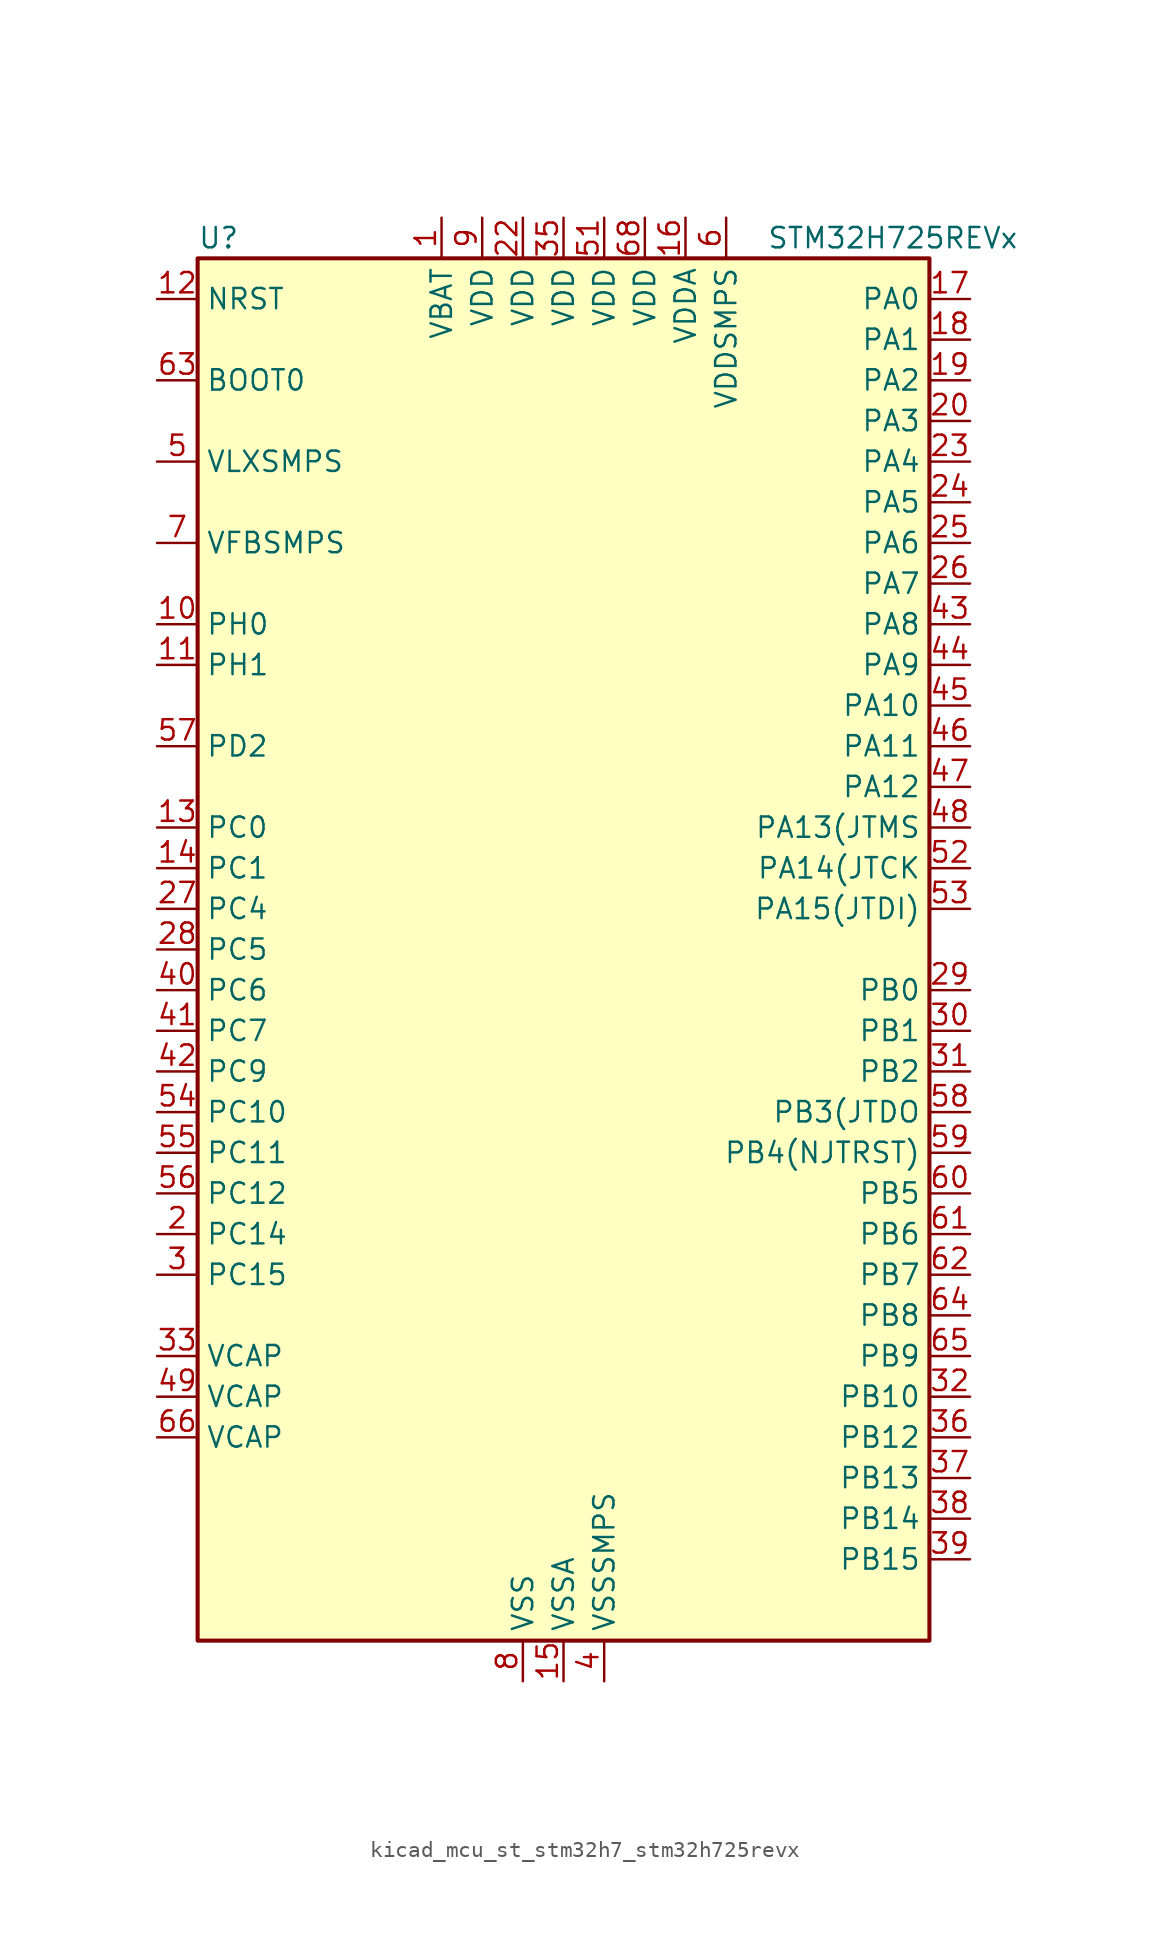
<source format=kicad_sym>
(kicad_symbol_lib
  (version 20220914)
  (generator kicad_symbol_editor)
  (symbol "kicad_mcu_st_stm32h7_stm32h725revx"
    (property "Reference" "U"
      (at -22.86 44.45 0)
      (effects (font (size 1.27 1.27)) (justify left)))
    (property "Value" "STM32H725REVx"
      (at 12.7 44.45 0)
      (effects (font (size 1.27 1.27)) (justify left)))
    (property "ki_locked" ""
      (at 0 0 0)
      (effects (font (size 1.27 1.27))))
    (symbol "kicad_mcu_st_stm32h7_stm32h725revx_0_1"
      (rectangle (start -22.86 -43.18) (end 22.86 43.18) (stroke (width 0.254) (type default)) (fill (type background))))
    (symbol "kicad_mcu_st_stm32h7_stm32h725revx_1_1"
      (pin power_in line (at -7.62 45.72 270) (length 2.54) (name "VBAT" (effects (font (size 1.27 1.27)))) (number "1" (effects (font (size 1.27 1.27)))))
      (pin bidirectional line (at -25.4 20.32 0) (length 2.54) (name "PH0" (effects (font (size 1.27 1.27)))) (number "10" (effects (font (size 1.27 1.27)))) (alternate "RCC_OSC_IN" bidirectional line))
      (pin bidirectional line (at -25.4 17.78 0) (length 2.54) (name "PH1" (effects (font (size 1.27 1.27)))) (number "11" (effects (font (size 1.27 1.27)))) (alternate "RCC_OSC_OUT" bidirectional line))
      (pin input line (at -25.4 40.64 0) (length 2.54) (name "NRST" (effects (font (size 1.27 1.27)))) (number "12" (effects (font (size 1.27 1.27)))))
      (pin bidirectional line (at -25.4 7.62 0) (length 2.54) (name "PC0" (effects (font (size 1.27 1.27)))) (number "13" (effects (font (size 1.27 1.27)))) (alternate "ADC1_INP10" bidirectional line) (alternate "ADC2_INP10" bidirectional line) (alternate "ADC3_INP10" bidirectional line) (alternate "DFSDM1_CKIN0" bidirectional line) (alternate "DFSDM1_DATIN4" bidirectional line) (alternate "LTDC_G2" bidirectional line) (alternate "LTDC_R5" bidirectional line) (alternate "SAI4_FS_B" bidirectional line) (alternate "USB_OTG_HS_ULPI_STP" bidirectional line))
      (pin bidirectional line (at -25.4 5.08 0) (length 2.54) (name "PC1" (effects (font (size 1.27 1.27)))) (number "14" (effects (font (size 1.27 1.27)))) (alternate "ADC1_INN10" bidirectional line) (alternate "ADC1_INP11" bidirectional line) (alternate "ADC2_INN10" bidirectional line) (alternate "ADC2_INP11" bidirectional line) (alternate "ADC3_INN10" bidirectional line) (alternate "ADC3_INP11" bidirectional line) (alternate "DEBUG_TRACED0" bidirectional line) (alternate "DFSDM1_CKIN4" bidirectional line) (alternate "DFSDM1_DATIN0" bidirectional line) (alternate "I2S2_SDO" bidirectional line) (alternate "LTDC_G5" bidirectional line) (alternate "MDIOS_MDC" bidirectional line) (alternate "OCTOSPIM_P1_IO4" bidirectional line) (alternate "PWR_WKUP6" bidirectional line) (alternate "RTC_TAMP3" bidirectional line) (alternate "SAI4_D1" bidirectional line) (alternate "SAI4_SD_A" bidirectional line) (alternate "SDMMC2_CK" bidirectional line) (alternate "SPI2_MOSI" bidirectional line))
      (pin power_in line (at 0 -45.72 90) (length 2.54) (name "VSSA" (effects (font (size 1.27 1.27)))) (number "15" (effects (font (size 1.27 1.27)))))
      (pin power_in line (at 7.62 45.72 270) (length 2.54) (name "VDDA" (effects (font (size 1.27 1.27)))) (number "16" (effects (font (size 1.27 1.27)))))
      (pin bidirectional line (at 25.4 40.64 180) (length 2.54) (name "PA0" (effects (font (size 1.27 1.27)))) (number "17" (effects (font (size 1.27 1.27)))) (alternate "ADC1_INP16" bidirectional line) (alternate "I2S6_WS" bidirectional line) (alternate "PWR_WKUP1" bidirectional line) (alternate "SAI4_SD_B" bidirectional line) (alternate "SDMMC2_CMD" bidirectional line) (alternate "SPI6_NSS" bidirectional line) (alternate "TIM15_BKIN" bidirectional line) (alternate "TIM2_CH1" bidirectional line) (alternate "TIM2_ETR" bidirectional line) (alternate "TIM5_CH1" bidirectional line) (alternate "TIM8_ETR" bidirectional line) (alternate "UART4_TX" bidirectional line) (alternate "USART2_CTS" bidirectional line) (alternate "USART2_NSS" bidirectional line))
      (pin bidirectional line (at 25.4 38.1 180) (length 2.54) (name "PA1" (effects (font (size 1.27 1.27)))) (number "18" (effects (font (size 1.27 1.27)))) (alternate "ADC1_INN16" bidirectional line) (alternate "ADC1_INP17" bidirectional line) (alternate "LPTIM3_OUT" bidirectional line) (alternate "LTDC_R2" bidirectional line) (alternate "OCTOSPIM_P1_DQS" bidirectional line) (alternate "OCTOSPIM_P1_IO3" bidirectional line) (alternate "SAI4_MCLK_B" bidirectional line) (alternate "TIM15_CH1N" bidirectional line) (alternate "TIM2_CH2" bidirectional line) (alternate "TIM5_CH2" bidirectional line) (alternate "UART4_RX" bidirectional line) (alternate "USART2_DE" bidirectional line) (alternate "USART2_RTS" bidirectional line))
      (pin bidirectional line (at 25.4 35.56 180) (length 2.54) (name "PA2" (effects (font (size 1.27 1.27)))) (number "19" (effects (font (size 1.27 1.27)))) (alternate "ADC1_INP14" bidirectional line) (alternate "ADC2_INP14" bidirectional line) (alternate "LPTIM4_OUT" bidirectional line) (alternate "LTDC_R1" bidirectional line) (alternate "MDIOS_MDIO" bidirectional line) (alternate "OCTOSPIM_P1_IO0" bidirectional line) (alternate "PWR_WKUP2" bidirectional line) (alternate "SAI4_SCK_B" bidirectional line) (alternate "TIM15_CH1" bidirectional line) (alternate "TIM2_CH3" bidirectional line) (alternate "TIM5_CH3" bidirectional line) (alternate "USART2_TX" bidirectional line))
      (pin bidirectional line (at -25.4 -17.78 0) (length 2.54) (name "PC14" (effects (font (size 1.27 1.27)))) (number "2" (effects (font (size 1.27 1.27)))) (alternate "RCC_OSC32_IN" bidirectional line))
      (pin bidirectional line (at 25.4 33.02 180) (length 2.54) (name "PA3" (effects (font (size 1.27 1.27)))) (number "20" (effects (font (size 1.27 1.27)))) (alternate "ADC1_INP15" bidirectional line) (alternate "ADC2_INP15" bidirectional line) (alternate "I2S6_MCK" bidirectional line) (alternate "LPTIM5_OUT" bidirectional line) (alternate "LTDC_B2" bidirectional line) (alternate "LTDC_B5" bidirectional line) (alternate "OCTOSPIM_P1_CLK" bidirectional line) (alternate "OCTOSPIM_P1_IO2" bidirectional line) (alternate "TIM15_CH2" bidirectional line) (alternate "TIM2_CH4" bidirectional line) (alternate "TIM5_CH4" bidirectional line) (alternate "USART2_RX" bidirectional line) (alternate "USB_OTG_HS_ULPI_D0" bidirectional line))
      (pin passive line (at -2.54 -45.72 90) (length 2.54) hide (name "VSS" (effects (font (size 1.27 1.27)))) (number "21" (effects (font (size 1.27 1.27)))))
      (pin power_in line (at -2.54 45.72 270) (length 2.54) (name "VDD" (effects (font (size 1.27 1.27)))) (number "22" (effects (font (size 1.27 1.27)))))
      (pin bidirectional line (at 25.4 30.48 180) (length 2.54) (name "PA4" (effects (font (size 1.27 1.27)))) (number "23" (effects (font (size 1.27 1.27)))) (alternate "ADC1_INP18" bidirectional line) (alternate "ADC2_INP18" bidirectional line) (alternate "DAC1_OUT1" bidirectional line) (alternate "DCMI_HSYNC" bidirectional line) (alternate "I2S1_WS" bidirectional line) (alternate "I2S3_WS" bidirectional line) (alternate "I2S6_WS" bidirectional line) (alternate "LTDC_VSYNC" bidirectional line) (alternate "PSSI_DE" bidirectional line) (alternate "SPI1_NSS" bidirectional line) (alternate "SPI3_NSS" bidirectional line) (alternate "SPI6_NSS" bidirectional line) (alternate "TIM5_ETR" bidirectional line) (alternate "USART2_CK" bidirectional line))
      (pin bidirectional line (at 25.4 27.94 180) (length 2.54) (name "PA5" (effects (font (size 1.27 1.27)))) (number "24" (effects (font (size 1.27 1.27)))) (alternate "ADC1_INN18" bidirectional line) (alternate "ADC1_INP19" bidirectional line) (alternate "ADC2_INN18" bidirectional line) (alternate "ADC2_INP19" bidirectional line) (alternate "DAC1_OUT2" bidirectional line) (alternate "I2S1_CK" bidirectional line) (alternate "I2S6_CK" bidirectional line) (alternate "LTDC_R4" bidirectional line) (alternate "PSSI_D14" bidirectional line) (alternate "PWR_NDSTOP2" bidirectional line) (alternate "SPI1_SCK" bidirectional line) (alternate "SPI6_SCK" bidirectional line) (alternate "TIM2_CH1" bidirectional line) (alternate "TIM2_ETR" bidirectional line) (alternate "TIM8_CH1N" bidirectional line) (alternate "USB_OTG_HS_ULPI_CK" bidirectional line))
      (pin bidirectional line (at 25.4 25.4 180) (length 2.54) (name "PA6" (effects (font (size 1.27 1.27)))) (number "25" (effects (font (size 1.27 1.27)))) (alternate "ADC1_INP3" bidirectional line) (alternate "ADC2_INP3" bidirectional line) (alternate "DCMI_PIXCLK" bidirectional line) (alternate "I2S1_SDI" bidirectional line) (alternate "I2S6_SDI" bidirectional line) (alternate "LTDC_G2" bidirectional line) (alternate "MDIOS_MDC" bidirectional line) (alternate "OCTOSPIM_P1_IO3" bidirectional line) (alternate "PSSI_PDCK" bidirectional line) (alternate "SPI1_MISO" bidirectional line) (alternate "SPI6_MISO" bidirectional line) (alternate "TIM13_CH1" bidirectional line) (alternate "TIM1_BKIN" bidirectional line) (alternate "TIM1_BKIN_COMP1" bidirectional line) (alternate "TIM1_BKIN_COMP2" bidirectional line) (alternate "TIM3_CH1" bidirectional line) (alternate "TIM8_BKIN" bidirectional line) (alternate "TIM8_BKIN_COMP1" bidirectional line) (alternate "TIM8_BKIN_COMP2" bidirectional line))
      (pin bidirectional line (at 25.4 22.86 180) (length 2.54) (name "PA7" (effects (font (size 1.27 1.27)))) (number "26" (effects (font (size 1.27 1.27)))) (alternate "ADC1_INN3" bidirectional line) (alternate "ADC1_INP7" bidirectional line) (alternate "ADC2_INN3" bidirectional line) (alternate "ADC2_INP7" bidirectional line) (alternate "I2S1_SDO" bidirectional line) (alternate "I2S6_SDO" bidirectional line) (alternate "LTDC_VSYNC" bidirectional line) (alternate "OCTOSPIM_P1_IO2" bidirectional line) (alternate "OPAMP1_VINM" bidirectional line) (alternate "SPI1_MOSI" bidirectional line) (alternate "SPI6_MOSI" bidirectional line) (alternate "TIM14_CH1" bidirectional line) (alternate "TIM1_CH1N" bidirectional line) (alternate "TIM3_CH2" bidirectional line) (alternate "TIM8_CH1N" bidirectional line))
      (pin bidirectional line (at -25.4 2.54 0) (length 2.54) (name "PC4" (effects (font (size 1.27 1.27)))) (number "27" (effects (font (size 1.27 1.27)))) (alternate "ADC1_INP4" bidirectional line) (alternate "ADC2_INP4" bidirectional line) (alternate "COMP1_INM" bidirectional line) (alternate "DFSDM1_CKIN2" bidirectional line) (alternate "I2S1_MCK" bidirectional line) (alternate "LTDC_R7" bidirectional line) (alternate "OPAMP1_VOUT" bidirectional line) (alternate "SDMMC2_CKIN" bidirectional line) (alternate "SPDIFRX1_IN2" bidirectional line))
      (pin bidirectional line (at -25.4 0 0) (length 2.54) (name "PC5" (effects (font (size 1.27 1.27)))) (number "28" (effects (font (size 1.27 1.27)))) (alternate "ADC1_INN4" bidirectional line) (alternate "ADC1_INP8" bidirectional line) (alternate "ADC2_INN4" bidirectional line) (alternate "ADC2_INP8" bidirectional line) (alternate "COMP1_OUT" bidirectional line) (alternate "DFSDM1_DATIN2" bidirectional line) (alternate "LTDC_DE" bidirectional line) (alternate "OCTOSPIM_P1_DQS" bidirectional line) (alternate "OPAMP1_VINM" bidirectional line) (alternate "PSSI_D15" bidirectional line) (alternate "SAI4_D3" bidirectional line) (alternate "SPDIFRX1_IN3" bidirectional line))
      (pin bidirectional line (at 25.4 -2.54 180) (length 2.54) (name "PB0" (effects (font (size 1.27 1.27)))) (number "29" (effects (font (size 1.27 1.27)))) (alternate "ADC1_INN5" bidirectional line) (alternate "ADC1_INP9" bidirectional line) (alternate "ADC2_INN5" bidirectional line) (alternate "ADC2_INP9" bidirectional line) (alternate "COMP1_INP" bidirectional line) (alternate "DFSDM1_CKOUT" bidirectional line) (alternate "LTDC_G1" bidirectional line) (alternate "LTDC_R3" bidirectional line) (alternate "OCTOSPIM_P1_IO1" bidirectional line) (alternate "OPAMP1_VINP" bidirectional line) (alternate "TIM1_CH2N" bidirectional line) (alternate "TIM3_CH3" bidirectional line) (alternate "TIM8_CH2N" bidirectional line) (alternate "UART4_CTS" bidirectional line) (alternate "USB_OTG_HS_ULPI_D1" bidirectional line))
      (pin bidirectional line (at -25.4 -20.32 0) (length 2.54) (name "PC15" (effects (font (size 1.27 1.27)))) (number "3" (effects (font (size 1.27 1.27)))) (alternate "ADC1_EXTI15" bidirectional line) (alternate "ADC2_EXTI15" bidirectional line) (alternate "ADC3_EXTI15" bidirectional line) (alternate "RCC_OSC32_OUT" bidirectional line))
      (pin bidirectional line (at 25.4 -5.08 180) (length 2.54) (name "PB1" (effects (font (size 1.27 1.27)))) (number "30" (effects (font (size 1.27 1.27)))) (alternate "ADC1_INP5" bidirectional line) (alternate "ADC2_INP5" bidirectional line) (alternate "COMP1_INM" bidirectional line) (alternate "DFSDM1_DATIN1" bidirectional line) (alternate "LTDC_G0" bidirectional line) (alternate "LTDC_R6" bidirectional line) (alternate "OCTOSPIM_P1_IO0" bidirectional line) (alternate "TIM1_CH3N" bidirectional line) (alternate "TIM3_CH4" bidirectional line) (alternate "TIM8_CH3N" bidirectional line) (alternate "USB_OTG_HS_ULPI_D2" bidirectional line))
      (pin bidirectional line (at 25.4 -7.62 180) (length 2.54) (name "PB2" (effects (font (size 1.27 1.27)))) (number "31" (effects (font (size 1.27 1.27)))) (alternate "COMP1_INP" bidirectional line) (alternate "DFSDM1_CKIN1" bidirectional line) (alternate "I2S3_SDO" bidirectional line) (alternate "OCTOSPIM_P1_CLK" bidirectional line) (alternate "OCTOSPIM_P1_DQS" bidirectional line) (alternate "RTC_OUT_ALARM" bidirectional line) (alternate "RTC_OUT_CALIB" bidirectional line) (alternate "SAI4_D1" bidirectional line) (alternate "SAI4_SD_A" bidirectional line) (alternate "SPI3_MOSI" bidirectional line) (alternate "TIM23_ETR" bidirectional line))
      (pin bidirectional line (at 25.4 -27.94 180) (length 2.54) (name "PB10" (effects (font (size 1.27 1.27)))) (number "32" (effects (font (size 1.27 1.27)))) (alternate "DFSDM1_DATIN7" bidirectional line) (alternate "I2C2_SCL" bidirectional line) (alternate "I2S2_CK" bidirectional line) (alternate "LPTIM2_IN1" bidirectional line) (alternate "LTDC_G4" bidirectional line) (alternate "OCTOSPIM_P1_NCS" bidirectional line) (alternate "SPI2_SCK" bidirectional line) (alternate "TIM2_CH3" bidirectional line) (alternate "USART3_TX" bidirectional line) (alternate "USB_OTG_HS_ULPI_D3" bidirectional line))
      (pin power_out line (at -25.4 -25.4 0) (length 2.54) (name "VCAP" (effects (font (size 1.27 1.27)))) (number "33" (effects (font (size 1.27 1.27)))))
      (pin passive line (at -2.54 -45.72 90) (length 2.54) hide (name "VSS" (effects (font (size 1.27 1.27)))) (number "34" (effects (font (size 1.27 1.27)))))
      (pin power_in line (at 0 45.72 270) (length 2.54) (name "VDD" (effects (font (size 1.27 1.27)))) (number "35" (effects (font (size 1.27 1.27)))))
      (pin bidirectional line (at 25.4 -30.48 180) (length 2.54) (name "PB12" (effects (font (size 1.27 1.27)))) (number "36" (effects (font (size 1.27 1.27)))) (alternate "DFSDM1_DATIN1" bidirectional line) (alternate "FDCAN2_RX" bidirectional line) (alternate "I2C2_SMBA" bidirectional line) (alternate "I2S2_WS" bidirectional line) (alternate "OCTOSPIM_P1_IO0" bidirectional line) (alternate "OCTOSPIM_P1_NCLK" bidirectional line) (alternate "SPI2_NSS" bidirectional line) (alternate "TIM1_BKIN" bidirectional line) (alternate "TIM1_BKIN_COMP1" bidirectional line) (alternate "TIM1_BKIN_COMP2" bidirectional line) (alternate "UART5_RX" bidirectional line) (alternate "USART3_CK" bidirectional line) (alternate "USB_OTG_HS_ULPI_D5" bidirectional line))
      (pin bidirectional line (at 25.4 -33.02 180) (length 2.54) (name "PB13" (effects (font (size 1.27 1.27)))) (number "37" (effects (font (size 1.27 1.27)))) (alternate "DCMI_D2" bidirectional line) (alternate "DFSDM1_CKIN1" bidirectional line) (alternate "FDCAN2_TX" bidirectional line) (alternate "I2S2_CK" bidirectional line) (alternate "LPTIM2_OUT" bidirectional line) (alternate "OCTOSPIM_P1_IO2" bidirectional line) (alternate "PSSI_D2" bidirectional line) (alternate "SDMMC1_D0" bidirectional line) (alternate "SPI2_SCK" bidirectional line) (alternate "TIM1_CH1N" bidirectional line) (alternate "UART5_TX" bidirectional line) (alternate "USART3_CTS" bidirectional line) (alternate "USART3_NSS" bidirectional line) (alternate "USB_OTG_HS_ULPI_D6" bidirectional line))
      (pin bidirectional line (at 25.4 -35.56 180) (length 2.54) (name "PB14" (effects (font (size 1.27 1.27)))) (number "38" (effects (font (size 1.27 1.27)))) (alternate "DFSDM1_DATIN2" bidirectional line) (alternate "I2S2_SDI" bidirectional line) (alternate "LTDC_CLK" bidirectional line) (alternate "SDMMC2_D0" bidirectional line) (alternate "SPI2_MISO" bidirectional line) (alternate "TIM12_CH1" bidirectional line) (alternate "TIM1_CH2N" bidirectional line) (alternate "TIM8_CH2N" bidirectional line) (alternate "UART4_DE" bidirectional line) (alternate "UART4_RTS" bidirectional line) (alternate "USART1_TX" bidirectional line) (alternate "USART3_DE" bidirectional line) (alternate "USART3_RTS" bidirectional line))
      (pin bidirectional line (at 25.4 -38.1 180) (length 2.54) (name "PB15" (effects (font (size 1.27 1.27)))) (number "39" (effects (font (size 1.27 1.27)))) (alternate "ADC1_EXTI15" bidirectional line) (alternate "ADC2_EXTI15" bidirectional line) (alternate "ADC3_EXTI15" bidirectional line) (alternate "DFSDM1_CKIN2" bidirectional line) (alternate "I2S2_SDO" bidirectional line) (alternate "LTDC_G7" bidirectional line) (alternate "RTC_REFIN" bidirectional line) (alternate "SDMMC2_D1" bidirectional line) (alternate "SPI2_MOSI" bidirectional line) (alternate "TIM12_CH2" bidirectional line) (alternate "TIM1_CH3N" bidirectional line) (alternate "TIM8_CH3N" bidirectional line) (alternate "UART4_CTS" bidirectional line) (alternate "USART1_RX" bidirectional line))
      (pin power_in line (at 2.54 -45.72 90) (length 2.54) (name "VSSSMPS" (effects (font (size 1.27 1.27)))) (number "4" (effects (font (size 1.27 1.27)))))
      (pin bidirectional line (at -25.4 -2.54 0) (length 2.54) (name "PC6" (effects (font (size 1.27 1.27)))) (number "40" (effects (font (size 1.27 1.27)))) (alternate "DCMI_D0" bidirectional line) (alternate "DFSDM1_CKIN3" bidirectional line) (alternate "I2S2_MCK" bidirectional line) (alternate "LTDC_HSYNC" bidirectional line) (alternate "PSSI_D0" bidirectional line) (alternate "SDMMC1_D0DIR" bidirectional line) (alternate "SDMMC1_D6" bidirectional line) (alternate "SDMMC2_D6" bidirectional line) (alternate "SWPMI1_IO" bidirectional line) (alternate "TIM3_CH1" bidirectional line) (alternate "TIM8_CH1" bidirectional line))
      (pin bidirectional line (at -25.4 -5.08 0) (length 2.54) (name "PC7" (effects (font (size 1.27 1.27)))) (number "41" (effects (font (size 1.27 1.27)))) (alternate "DCMI_D1" bidirectional line) (alternate "DEBUG_TRGIO" bidirectional line) (alternate "DFSDM1_DATIN3" bidirectional line) (alternate "I2S3_MCK" bidirectional line) (alternate "LTDC_G6" bidirectional line) (alternate "PSSI_D1" bidirectional line) (alternate "SDMMC1_D123DIR" bidirectional line) (alternate "SDMMC1_D7" bidirectional line) (alternate "SDMMC2_D7" bidirectional line) (alternate "SWPMI1_TX" bidirectional line) (alternate "TIM3_CH2" bidirectional line) (alternate "TIM8_CH2" bidirectional line))
      (pin bidirectional line (at -25.4 -7.62 0) (length 2.54) (name "PC9" (effects (font (size 1.27 1.27)))) (number "42" (effects (font (size 1.27 1.27)))) (alternate "DAC1_EXTI9" bidirectional line) (alternate "DCMI_D3" bidirectional line) (alternate "I2C3_SDA" bidirectional line) (alternate "I2S_CKIN" bidirectional line) (alternate "LTDC_B2" bidirectional line) (alternate "LTDC_G3" bidirectional line) (alternate "OCTOSPIM_P1_IO0" bidirectional line) (alternate "PSSI_D3" bidirectional line) (alternate "RCC_MCO_2" bidirectional line) (alternate "SDMMC1_D1" bidirectional line) (alternate "SWPMI1_SUSPEND" bidirectional line) (alternate "TIM3_CH4" bidirectional line) (alternate "TIM8_CH4" bidirectional line) (alternate "UART5_CTS" bidirectional line))
      (pin bidirectional line (at 25.4 20.32 180) (length 2.54) (name "PA8" (effects (font (size 1.27 1.27)))) (number "43" (effects (font (size 1.27 1.27)))) (alternate "I2C3_SCL" bidirectional line) (alternate "LTDC_B3" bidirectional line) (alternate "LTDC_R6" bidirectional line) (alternate "RCC_MCO_1" bidirectional line) (alternate "TIM1_CH1" bidirectional line) (alternate "TIM8_BKIN2" bidirectional line) (alternate "TIM8_BKIN2_COMP1" bidirectional line) (alternate "TIM8_BKIN2_COMP2" bidirectional line) (alternate "UART7_RX" bidirectional line) (alternate "USART1_CK" bidirectional line) (alternate "USB_OTG_HS_SOF" bidirectional line))
      (pin bidirectional line (at 25.4 17.78 180) (length 2.54) (name "PA9" (effects (font (size 1.27 1.27)))) (number "44" (effects (font (size 1.27 1.27)))) (alternate "DAC1_EXTI9" bidirectional line) (alternate "DCMI_D0" bidirectional line) (alternate "I2C3_SMBA" bidirectional line) (alternate "I2S2_CK" bidirectional line) (alternate "LPUART1_TX" bidirectional line) (alternate "LTDC_R5" bidirectional line) (alternate "PSSI_D0" bidirectional line) (alternate "SPI2_SCK" bidirectional line) (alternate "TIM1_CH2" bidirectional line) (alternate "USART1_TX" bidirectional line) (alternate "USB_OTG_HS_VBUS" bidirectional line))
      (pin bidirectional line (at 25.4 15.24 180) (length 2.54) (name "PA10" (effects (font (size 1.27 1.27)))) (number "45" (effects (font (size 1.27 1.27)))) (alternate "DCMI_D1" bidirectional line) (alternate "LPUART1_RX" bidirectional line) (alternate "LTDC_B1" bidirectional line) (alternate "LTDC_B4" bidirectional line) (alternate "MDIOS_MDIO" bidirectional line) (alternate "PSSI_D1" bidirectional line) (alternate "TIM1_CH3" bidirectional line) (alternate "USART1_RX" bidirectional line) (alternate "USB_OTG_HS_ID" bidirectional line))
      (pin bidirectional line (at 25.4 12.7 180) (length 2.54) (name "PA11" (effects (font (size 1.27 1.27)))) (number "46" (effects (font (size 1.27 1.27)))) (alternate "ADC1_EXTI11" bidirectional line) (alternate "ADC2_EXTI11" bidirectional line) (alternate "ADC3_EXTI11" bidirectional line) (alternate "FDCAN1_RX" bidirectional line) (alternate "I2S2_WS" bidirectional line) (alternate "LPUART1_CTS" bidirectional line) (alternate "LTDC_R4" bidirectional line) (alternate "SPI2_NSS" bidirectional line) (alternate "TIM1_CH4" bidirectional line) (alternate "UART4_RX" bidirectional line) (alternate "USART1_CTS" bidirectional line) (alternate "USART1_NSS" bidirectional line) (alternate "USB_OTG_HS_DM" bidirectional line))
      (pin bidirectional line (at 25.4 10.16 180) (length 2.54) (name "PA12" (effects (font (size 1.27 1.27)))) (number "47" (effects (font (size 1.27 1.27)))) (alternate "FDCAN1_TX" bidirectional line) (alternate "I2S2_CK" bidirectional line) (alternate "LPUART1_DE" bidirectional line) (alternate "LPUART1_RTS" bidirectional line) (alternate "LTDC_R5" bidirectional line) (alternate "SAI4_FS_B" bidirectional line) (alternate "SPI2_SCK" bidirectional line) (alternate "TIM1_BKIN2" bidirectional line) (alternate "TIM1_ETR" bidirectional line) (alternate "UART4_TX" bidirectional line) (alternate "USART1_DE" bidirectional line) (alternate "USART1_RTS" bidirectional line) (alternate "USB_OTG_HS_DP" bidirectional line))
      (pin bidirectional line (at 25.4 7.62 180) (length 2.54) (name "PA13(JTMS" (effects (font (size 1.27 1.27)))) (number "48" (effects (font (size 1.27 1.27)))) (alternate "DEBUG_JTMS-SWDIO" bidirectional line))
      (pin power_out line (at -25.4 -27.94 0) (length 2.54) (name "VCAP" (effects (font (size 1.27 1.27)))) (number "49" (effects (font (size 1.27 1.27)))))
      (pin power_in line (at -25.4 30.48 0) (length 2.54) (name "VLXSMPS" (effects (font (size 1.27 1.27)))) (number "5" (effects (font (size 1.27 1.27)))))
      (pin passive line (at -2.54 -45.72 90) (length 2.54) hide (name "VSS" (effects (font (size 1.27 1.27)))) (number "50" (effects (font (size 1.27 1.27)))))
      (pin power_in line (at 2.54 45.72 270) (length 2.54) (name "VDD" (effects (font (size 1.27 1.27)))) (number "51" (effects (font (size 1.27 1.27)))))
      (pin bidirectional line (at 25.4 5.08 180) (length 2.54) (name "PA14(JTCK" (effects (font (size 1.27 1.27)))) (number "52" (effects (font (size 1.27 1.27)))) (alternate "DEBUG_JTCK-SWCLK" bidirectional line))
      (pin bidirectional line (at 25.4 2.54 180) (length 2.54) (name "PA15(JTDI)" (effects (font (size 1.27 1.27)))) (number "53" (effects (font (size 1.27 1.27)))) (alternate "ADC1_EXTI15" bidirectional line) (alternate "ADC2_EXTI15" bidirectional line) (alternate "ADC3_EXTI15" bidirectional line) (alternate "CEC" bidirectional line) (alternate "DEBUG_JTDI" bidirectional line) (alternate "I2S1_WS" bidirectional line) (alternate "I2S3_WS" bidirectional line) (alternate "I2S6_WS" bidirectional line) (alternate "LTDC_B6" bidirectional line) (alternate "LTDC_R3" bidirectional line) (alternate "SPI1_NSS" bidirectional line) (alternate "SPI3_NSS" bidirectional line) (alternate "SPI6_NSS" bidirectional line) (alternate "TIM2_CH1" bidirectional line) (alternate "TIM2_ETR" bidirectional line) (alternate "UART4_DE" bidirectional line) (alternate "UART4_RTS" bidirectional line) (alternate "UART7_TX" bidirectional line))
      (pin bidirectional line (at -25.4 -10.16 0) (length 2.54) (name "PC10" (effects (font (size 1.27 1.27)))) (number "54" (effects (font (size 1.27 1.27)))) (alternate "DCMI_D8" bidirectional line) (alternate "DFSDM1_CKIN5" bidirectional line) (alternate "I2S3_CK" bidirectional line) (alternate "LTDC_B1" bidirectional line) (alternate "LTDC_R2" bidirectional line) (alternate "OCTOSPIM_P1_IO1" bidirectional line) (alternate "PSSI_D8" bidirectional line) (alternate "SDMMC1_D2" bidirectional line) (alternate "SPI3_SCK" bidirectional line) (alternate "SWPMI1_RX" bidirectional line) (alternate "UART4_TX" bidirectional line) (alternate "USART3_TX" bidirectional line))
      (pin bidirectional line (at -25.4 -12.7 0) (length 2.54) (name "PC11" (effects (font (size 1.27 1.27)))) (number "55" (effects (font (size 1.27 1.27)))) (alternate "ADC1_EXTI11" bidirectional line) (alternate "ADC2_EXTI11" bidirectional line) (alternate "ADC3_EXTI11" bidirectional line) (alternate "DCMI_D4" bidirectional line) (alternate "DFSDM1_DATIN5" bidirectional line) (alternate "I2S3_SDI" bidirectional line) (alternate "LTDC_B4" bidirectional line) (alternate "OCTOSPIM_P1_NCS" bidirectional line) (alternate "PSSI_D4" bidirectional line) (alternate "SDMMC1_D3" bidirectional line) (alternate "SPI3_MISO" bidirectional line) (alternate "UART4_RX" bidirectional line) (alternate "USART3_RX" bidirectional line))
      (pin bidirectional line (at -25.4 -15.24 0) (length 2.54) (name "PC12" (effects (font (size 1.27 1.27)))) (number "56" (effects (font (size 1.27 1.27)))) (alternate "DCMI_D9" bidirectional line) (alternate "DEBUG_TRACED3" bidirectional line) (alternate "I2S3_SDO" bidirectional line) (alternate "I2S6_CK" bidirectional line) (alternate "LTDC_R6" bidirectional line) (alternate "PSSI_D9" bidirectional line) (alternate "SDMMC1_CK" bidirectional line) (alternate "SPI3_MOSI" bidirectional line) (alternate "SPI6_SCK" bidirectional line) (alternate "TIM15_CH1" bidirectional line) (alternate "UART5_TX" bidirectional line) (alternate "USART3_CK" bidirectional line))
      (pin bidirectional line (at -25.4 12.7 0) (length 2.54) (name "PD2" (effects (font (size 1.27 1.27)))) (number "57" (effects (font (size 1.27 1.27)))) (alternate "DCMI_D11" bidirectional line) (alternate "DEBUG_TRACED2" bidirectional line) (alternate "LTDC_B2" bidirectional line) (alternate "LTDC_B7" bidirectional line) (alternate "PSSI_D11" bidirectional line) (alternate "SDMMC1_CMD" bidirectional line) (alternate "TIM15_BKIN" bidirectional line) (alternate "TIM3_ETR" bidirectional line) (alternate "UART5_RX" bidirectional line))
      (pin bidirectional line (at 25.4 -10.16 180) (length 2.54) (name "PB3(JTDO" (effects (font (size 1.27 1.27)))) (number "58" (effects (font (size 1.27 1.27)))) (alternate "CRS_SYNC" bidirectional line) (alternate "DEBUG_JTDO-SWO" bidirectional line) (alternate "I2S1_CK" bidirectional line) (alternate "I2S3_CK" bidirectional line) (alternate "I2S6_CK" bidirectional line) (alternate "SDMMC2_D2" bidirectional line) (alternate "SPI1_SCK" bidirectional line) (alternate "SPI3_SCK" bidirectional line) (alternate "SPI6_SCK" bidirectional line) (alternate "TIM24_ETR" bidirectional line) (alternate "TIM2_CH2" bidirectional line) (alternate "UART7_RX" bidirectional line))
      (pin bidirectional line (at 25.4 -12.7 180) (length 2.54) (name "PB4(NJTRST)" (effects (font (size 1.27 1.27)))) (number "59" (effects (font (size 1.27 1.27)))) (alternate "DEBUG_JTRST" bidirectional line) (alternate "I2S1_SDI" bidirectional line) (alternate "I2S2_WS" bidirectional line) (alternate "I2S3_SDI" bidirectional line) (alternate "I2S6_SDI" bidirectional line) (alternate "SDMMC2_D3" bidirectional line) (alternate "SPI1_MISO" bidirectional line) (alternate "SPI2_NSS" bidirectional line) (alternate "SPI3_MISO" bidirectional line) (alternate "SPI6_MISO" bidirectional line) (alternate "TIM16_BKIN" bidirectional line) (alternate "TIM3_CH1" bidirectional line) (alternate "UART7_TX" bidirectional line))
      (pin power_in line (at 10.16 45.72 270) (length 2.54) (name "VDDSMPS" (effects (font (size 1.27 1.27)))) (number "6" (effects (font (size 1.27 1.27)))))
      (pin bidirectional line (at 25.4 -15.24 180) (length 2.54) (name "PB5" (effects (font (size 1.27 1.27)))) (number "60" (effects (font (size 1.27 1.27)))) (alternate "DCMI_D10" bidirectional line) (alternate "FDCAN2_RX" bidirectional line) (alternate "I2C1_SMBA" bidirectional line) (alternate "I2C4_SMBA" bidirectional line) (alternate "I2S1_SDO" bidirectional line) (alternate "I2S3_SDO" bidirectional line) (alternate "I2S6_SDO" bidirectional line) (alternate "LTDC_B5" bidirectional line) (alternate "PSSI_D10" bidirectional line) (alternate "SPI1_MOSI" bidirectional line) (alternate "SPI3_MOSI" bidirectional line) (alternate "SPI6_MOSI" bidirectional line) (alternate "TIM17_BKIN" bidirectional line) (alternate "TIM3_CH2" bidirectional line) (alternate "UART5_RX" bidirectional line) (alternate "USB_OTG_HS_ULPI_D7" bidirectional line))
      (pin bidirectional line (at 25.4 -17.78 180) (length 2.54) (name "PB6" (effects (font (size 1.27 1.27)))) (number "61" (effects (font (size 1.27 1.27)))) (alternate "CEC" bidirectional line) (alternate "DCMI_D5" bidirectional line) (alternate "DFSDM1_DATIN5" bidirectional line) (alternate "FDCAN2_TX" bidirectional line) (alternate "I2C1_SCL" bidirectional line) (alternate "I2C4_SCL" bidirectional line) (alternate "LPUART1_TX" bidirectional line) (alternate "OCTOSPIM_P1_NCS" bidirectional line) (alternate "PSSI_D5" bidirectional line) (alternate "TIM16_CH1N" bidirectional line) (alternate "TIM4_CH1" bidirectional line) (alternate "UART5_TX" bidirectional line) (alternate "USART1_TX" bidirectional line))
      (pin bidirectional line (at 25.4 -20.32 180) (length 2.54) (name "PB7" (effects (font (size 1.27 1.27)))) (number "62" (effects (font (size 1.27 1.27)))) (alternate "DCMI_VSYNC" bidirectional line) (alternate "DFSDM1_CKIN5" bidirectional line) (alternate "I2C1_SDA" bidirectional line) (alternate "I2C4_SDA" bidirectional line) (alternate "LPUART1_RX" bidirectional line) (alternate "PSSI_RDY" bidirectional line) (alternate "PWR_PVD_IN" bidirectional line) (alternate "TIM17_CH1N" bidirectional line) (alternate "TIM4_CH2" bidirectional line) (alternate "USART1_RX" bidirectional line))
      (pin input line (at -25.4 35.56 0) (length 2.54) (name "BOOT0" (effects (font (size 1.27 1.27)))) (number "63" (effects (font (size 1.27 1.27)))))
      (pin bidirectional line (at 25.4 -22.86 180) (length 2.54) (name "PB8" (effects (font (size 1.27 1.27)))) (number "64" (effects (font (size 1.27 1.27)))) (alternate "DCMI_D6" bidirectional line) (alternate "DFSDM1_CKIN7" bidirectional line) (alternate "FDCAN1_RX" bidirectional line) (alternate "I2C1_SCL" bidirectional line) (alternate "I2C4_SCL" bidirectional line) (alternate "LTDC_B6" bidirectional line) (alternate "PSSI_D6" bidirectional line) (alternate "SDMMC1_CKIN" bidirectional line) (alternate "SDMMC1_D4" bidirectional line) (alternate "SDMMC2_D4" bidirectional line) (alternate "TIM16_CH1" bidirectional line) (alternate "TIM4_CH3" bidirectional line) (alternate "UART4_RX" bidirectional line))
      (pin bidirectional line (at 25.4 -25.4 180) (length 2.54) (name "PB9" (effects (font (size 1.27 1.27)))) (number "65" (effects (font (size 1.27 1.27)))) (alternate "DAC1_EXTI9" bidirectional line) (alternate "DCMI_D7" bidirectional line) (alternate "DFSDM1_DATIN7" bidirectional line) (alternate "FDCAN1_TX" bidirectional line) (alternate "I2C1_SDA" bidirectional line) (alternate "I2C4_SDA" bidirectional line) (alternate "I2C4_SMBA" bidirectional line) (alternate "I2S2_WS" bidirectional line) (alternate "LTDC_B7" bidirectional line) (alternate "PSSI_D7" bidirectional line) (alternate "SDMMC1_CDIR" bidirectional line) (alternate "SDMMC1_D5" bidirectional line) (alternate "SDMMC2_D5" bidirectional line) (alternate "SPI2_NSS" bidirectional line) (alternate "TIM17_CH1" bidirectional line) (alternate "TIM4_CH4" bidirectional line) (alternate "UART4_TX" bidirectional line))
      (pin power_out line (at -25.4 -30.48 0) (length 2.54) (name "VCAP" (effects (font (size 1.27 1.27)))) (number "66" (effects (font (size 1.27 1.27)))))
      (pin passive line (at -2.54 -45.72 90) (length 2.54) hide (name "VSS" (effects (font (size 1.27 1.27)))) (number "67" (effects (font (size 1.27 1.27)))))
      (pin power_in line (at 5.08 45.72 270) (length 2.54) (name "VDD" (effects (font (size 1.27 1.27)))) (number "68" (effects (font (size 1.27 1.27)))))
      (pin passive line (at -2.54 -45.72 90) (length 2.54) hide (name "VSS" (effects (font (size 1.27 1.27)))) (number "69" (effects (font (size 1.27 1.27)))))
      (pin input line (at -25.4 25.4 0) (length 2.54) (name "VFBSMPS" (effects (font (size 1.27 1.27)))) (number "7" (effects (font (size 1.27 1.27)))))
      (pin power_in line (at -2.54 -45.72 90) (length 2.54) (name "VSS" (effects (font (size 1.27 1.27)))) (number "8" (effects (font (size 1.27 1.27)))))
      (pin power_in line (at -5.08 45.72 270) (length 2.54) (name "VDD" (effects (font (size 1.27 1.27)))) (number "9" (effects (font (size 1.27 1.27))))))))
</source>
